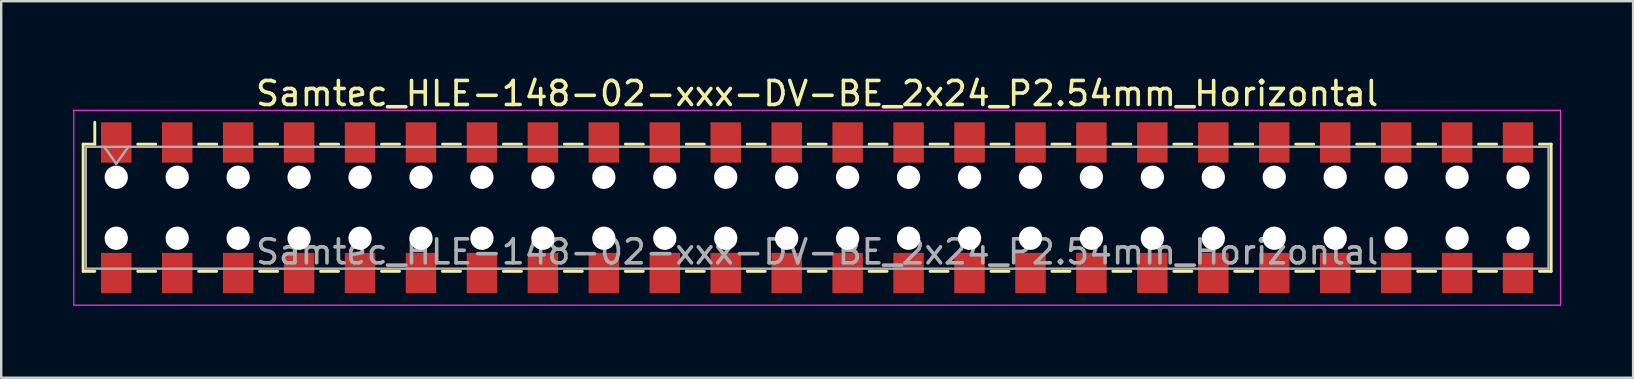
<source format=kicad_pcb>
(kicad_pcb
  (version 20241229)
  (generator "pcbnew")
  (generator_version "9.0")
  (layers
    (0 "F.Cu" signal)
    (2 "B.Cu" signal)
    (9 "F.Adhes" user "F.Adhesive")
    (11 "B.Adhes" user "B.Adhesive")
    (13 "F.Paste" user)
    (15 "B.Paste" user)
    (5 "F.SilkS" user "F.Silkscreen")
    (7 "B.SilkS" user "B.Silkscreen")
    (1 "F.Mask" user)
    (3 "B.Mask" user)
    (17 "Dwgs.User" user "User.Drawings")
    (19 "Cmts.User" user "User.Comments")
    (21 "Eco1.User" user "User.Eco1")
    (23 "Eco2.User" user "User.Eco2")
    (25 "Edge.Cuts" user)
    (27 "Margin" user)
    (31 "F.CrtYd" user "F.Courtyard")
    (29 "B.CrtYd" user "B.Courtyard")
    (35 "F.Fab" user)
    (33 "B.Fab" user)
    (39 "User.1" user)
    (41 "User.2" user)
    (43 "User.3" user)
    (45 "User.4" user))
  (footprint "Samtec_HLE-148-02-xxx-DV-BE_2x24_P2.54mm_Horizontal"
    (layer "F.Cu")
    (at 31.005 5.608)
    (property "Reference" "Samtec_HLE-148-02-xxx-DV-BE_2x24_P2.54mm_Horizontal" (at 0 -4.76 0) (layer "F.SilkS") (effects (font (size 1 1) (thickness 0.15))))
    (attr smd)
    (fp_line (start -30.59 -2.65) (end -30.59 2.65) (stroke (width 0.12) (type solid)) (layer "F.SilkS"))
    (fp_line (start -30.59 2.65) (end -30.105 2.65) (stroke (width 0.12) (type solid)) (layer "F.SilkS"))
    (fp_line (start -30.105 -3.56) (end -30.105 -2.65) (stroke (width 0.12) (type solid)) (layer "F.SilkS"))
    (fp_line (start -30.105 -2.65) (end -30.59 -2.65) (stroke (width 0.12) (type solid)) (layer "F.SilkS"))
    (fp_line (start -28.315 -2.65) (end -27.565 -2.65) (stroke (width 0.12) (type solid)) (layer "F.SilkS"))
    (fp_line (start -28.315 2.65) (end -27.565 2.65) (stroke (width 0.12) (type solid)) (layer "F.SilkS"))
    (fp_line (start -25.775 -2.65) (end -25.025 -2.65) (stroke (width 0.12) (type solid)) (layer "F.SilkS"))
    (fp_line (start -25.775 2.65) (end -25.025 2.65) (stroke (width 0.12) (type solid)) (layer "F.SilkS"))
    (fp_line (start -23.235 -2.65) (end -22.485 -2.65) (stroke (width 0.12) (type solid)) (layer "F.SilkS"))
    (fp_line (start -23.235 2.65) (end -22.485 2.65) (stroke (width 0.12) (type solid)) (layer "F.SilkS"))
    (fp_line (start -20.695 -2.65) (end -19.945 -2.65) (stroke (width 0.12) (type solid)) (layer "F.SilkS"))
    (fp_line (start -20.695 2.65) (end -19.945 2.65) (stroke (width 0.12) (type solid)) (layer "F.SilkS"))
    (fp_line (start -18.155 -2.65) (end -17.405 -2.65) (stroke (width 0.12) (type solid)) (layer "F.SilkS"))
    (fp_line (start -18.155 2.65) (end -17.405 2.65) (stroke (width 0.12) (type solid)) (layer "F.SilkS"))
    (fp_line (start -15.615 -2.65) (end -14.865 -2.65) (stroke (width 0.12) (type solid)) (layer "F.SilkS"))
    (fp_line (start -15.615 2.65) (end -14.865 2.65) (stroke (width 0.12) (type solid)) (layer "F.SilkS"))
    (fp_line (start -13.075 -2.65) (end -12.325 -2.65) (stroke (width 0.12) (type solid)) (layer "F.SilkS"))
    (fp_line (start -13.075 2.65) (end -12.325 2.65) (stroke (width 0.12) (type solid)) (layer "F.SilkS"))
    (fp_line (start -10.535 -2.65) (end -9.785 -2.65) (stroke (width 0.12) (type solid)) (layer "F.SilkS"))
    (fp_line (start -10.535 2.65) (end -9.785 2.65) (stroke (width 0.12) (type solid)) (layer "F.SilkS"))
    (fp_line (start -7.995 -2.65) (end -7.245 -2.65) (stroke (width 0.12) (type solid)) (layer "F.SilkS"))
    (fp_line (start -7.995 2.65) (end -7.245 2.65) (stroke (width 0.12) (type solid)) (layer "F.SilkS"))
    (fp_line (start -5.455 -2.65) (end -4.705 -2.65) (stroke (width 0.12) (type solid)) (layer "F.SilkS"))
    (fp_line (start -5.455 2.65) (end -4.705 2.65) (stroke (width 0.12) (type solid)) (layer "F.SilkS"))
    (fp_line (start -2.915 -2.65) (end -2.165 -2.65) (stroke (width 0.12) (type solid)) (layer "F.SilkS"))
    (fp_line (start -2.915 2.65) (end -2.165 2.65) (stroke (width 0.12) (type solid)) (layer "F.SilkS"))
    (fp_line (start -0.375 -2.65) (end 0.375 -2.65) (stroke (width 0.12) (type solid)) (layer "F.SilkS"))
    (fp_line (start -0.375 2.65) (end 0.375 2.65) (stroke (width 0.12) (type solid)) (layer "F.SilkS"))
    (fp_line (start 2.165 -2.65) (end 2.915 -2.65) (stroke (width 0.12) (type solid)) (layer "F.SilkS"))
    (fp_line (start 2.165 2.65) (end 2.915 2.65) (stroke (width 0.12) (type solid)) (layer "F.SilkS"))
    (fp_line (start 4.705 -2.65) (end 5.455 -2.65) (stroke (width 0.12) (type solid)) (layer "F.SilkS"))
    (fp_line (start 4.705 2.65) (end 5.455 2.65) (stroke (width 0.12) (type solid)) (layer "F.SilkS"))
    (fp_line (start 7.245 -2.65) (end 7.995 -2.65) (stroke (width 0.12) (type solid)) (layer "F.SilkS"))
    (fp_line (start 7.245 2.65) (end 7.995 2.65) (stroke (width 0.12) (type solid)) (layer "F.SilkS"))
    (fp_line (start 9.785 -2.65) (end 10.535 -2.65) (stroke (width 0.12) (type solid)) (layer "F.SilkS"))
    (fp_line (start 9.785 2.65) (end 10.535 2.65) (stroke (width 0.12) (type solid)) (layer "F.SilkS"))
    (fp_line (start 12.325 -2.65) (end 13.075 -2.65) (stroke (width 0.12) (type solid)) (layer "F.SilkS"))
    (fp_line (start 12.325 2.65) (end 13.075 2.65) (stroke (width 0.12) (type solid)) (layer "F.SilkS"))
    (fp_line (start 14.865 -2.65) (end 15.615 -2.65) (stroke (width 0.12) (type solid)) (layer "F.SilkS"))
    (fp_line (start 14.865 2.65) (end 15.615 2.65) (stroke (width 0.12) (type solid)) (layer "F.SilkS"))
    (fp_line (start 17.405 -2.65) (end 18.155 -2.65) (stroke (width 0.12) (type solid)) (layer "F.SilkS"))
    (fp_line (start 17.405 2.65) (end 18.155 2.65) (stroke (width 0.12) (type solid)) (layer "F.SilkS"))
    (fp_line (start 19.945 -2.65) (end 20.695 -2.65) (stroke (width 0.12) (type solid)) (layer "F.SilkS"))
    (fp_line (start 19.945 2.65) (end 20.695 2.65) (stroke (width 0.12) (type solid)) (layer "F.SilkS"))
    (fp_line (start 22.485 -2.65) (end 23.235 -2.65) (stroke (width 0.12) (type solid)) (layer "F.SilkS"))
    (fp_line (start 22.485 2.65) (end 23.235 2.65) (stroke (width 0.12) (type solid)) (layer "F.SilkS"))
    (fp_line (start 25.025 -2.65) (end 25.775 -2.65) (stroke (width 0.12) (type solid)) (layer "F.SilkS"))
    (fp_line (start 25.025 2.65) (end 25.775 2.65) (stroke (width 0.12) (type solid)) (layer "F.SilkS"))
    (fp_line (start 27.565 -2.65) (end 28.315 -2.65) (stroke (width 0.12) (type solid)) (layer "F.SilkS"))
    (fp_line (start 27.565 2.65) (end 28.315 2.65) (stroke (width 0.12) (type solid)) (layer "F.SilkS"))
    (fp_line (start 30.105 -2.65) (end 30.59 -2.65) (stroke (width 0.12) (type solid)) (layer "F.SilkS"))
    (fp_line (start 30.59 -2.65) (end 30.59 2.65) (stroke (width 0.12) (type solid)) (layer "F.SilkS"))
    (fp_line (start 30.59 2.65) (end 30.105 2.65) (stroke (width 0.12) (type solid)) (layer "F.SilkS"))
    (fp_line (start -30.98 -4.06) (end 30.98 -4.06) (stroke (width 0.05) (type solid)) (layer "F.CrtYd"))
    (fp_line (start -30.98 4.06) (end -30.98 -4.06) (stroke (width 0.05) (type solid)) (layer "F.CrtYd"))
    (fp_line (start 30.98 -4.06) (end 30.98 4.06) (stroke (width 0.05) (type solid)) (layer "F.CrtYd"))
    (fp_line (start 30.98 4.06) (end -30.98 4.06) (stroke (width 0.05) (type solid)) (layer "F.CrtYd"))
    (fp_line (start -30.48 -2.54) (end 30.48 -2.54) (stroke (width 0.1) (type solid)) (layer "F.Fab"))
    (fp_line (start -30.48 2.54) (end -30.48 -2.54) (stroke (width 0.1) (type solid)) (layer "F.Fab"))
    (fp_line (start -29.71 -2.54) (end -29.21 -1.833) (stroke (width 0.1) (type solid)) (layer "F.Fab"))
    (fp_line (start -29.21 -1.833) (end -28.71 -2.54) (stroke (width 0.1) (type solid)) (layer "F.Fab"))
    (fp_line (start 30.48 -2.54) (end 30.48 2.54) (stroke (width 0.1) (type solid)) (layer "F.Fab"))
    (fp_line (start 30.48 2.54) (end -30.48 2.54) (stroke (width 0.1) (type solid)) (layer "F.Fab"))
    (fp_text user "${REFERENCE}" (at 0 1.84 0) (layer "F.Fab") (effects (font (size 1 1) (thickness 0.15))))
    (pad "" np_thru_hole circle (at -29.21 -1.27) (size 0.97 0.97) (drill 0.97) (layers "*.Cu" "*.Mask"))
    (pad "" np_thru_hole circle (at -29.21 1.27) (size 0.97 0.97) (drill 0.97) (layers "*.Cu" "*.Mask"))
    (pad "" np_thru_hole circle (at -26.67 -1.27) (size 0.97 0.97) (drill 0.97) (layers "*.Cu" "*.Mask"))
    (pad "" np_thru_hole circle (at -26.67 1.27) (size 0.97 0.97) (drill 0.97) (layers "*.Cu" "*.Mask"))
    (pad "" np_thru_hole circle (at -24.13 -1.27) (size 0.97 0.97) (drill 0.97) (layers "*.Cu" "*.Mask"))
    (pad "" np_thru_hole circle (at -24.13 1.27) (size 0.97 0.97) (drill 0.97) (layers "*.Cu" "*.Mask"))
    (pad "" np_thru_hole circle (at -21.59 -1.27) (size 0.97 0.97) (drill 0.97) (layers "*.Cu" "*.Mask"))
    (pad "" np_thru_hole circle (at -21.59 1.27) (size 0.97 0.97) (drill 0.97) (layers "*.Cu" "*.Mask"))
    (pad "" np_thru_hole circle (at -19.05 -1.27) (size 0.97 0.97) (drill 0.97) (layers "*.Cu" "*.Mask"))
    (pad "" np_thru_hole circle (at -19.05 1.27) (size 0.97 0.97) (drill 0.97) (layers "*.Cu" "*.Mask"))
    (pad "" np_thru_hole circle (at -16.51 -1.27) (size 0.97 0.97) (drill 0.97) (layers "*.Cu" "*.Mask"))
    (pad "" np_thru_hole circle (at -16.51 1.27) (size 0.97 0.97) (drill 0.97) (layers "*.Cu" "*.Mask"))
    (pad "" np_thru_hole circle (at -13.97 -1.27) (size 0.97 0.97) (drill 0.97) (layers "*.Cu" "*.Mask"))
    (pad "" np_thru_hole circle (at -13.97 1.27) (size 0.97 0.97) (drill 0.97) (layers "*.Cu" "*.Mask"))
    (pad "" np_thru_hole circle (at -11.43 -1.27) (size 0.97 0.97) (drill 0.97) (layers "*.Cu" "*.Mask"))
    (pad "" np_thru_hole circle (at -11.43 1.27) (size 0.97 0.97) (drill 0.97) (layers "*.Cu" "*.Mask"))
    (pad "" np_thru_hole circle (at -8.89 -1.27) (size 0.97 0.97) (drill 0.97) (layers "*.Cu" "*.Mask"))
    (pad "" np_thru_hole circle (at -8.89 1.27) (size 0.97 0.97) (drill 0.97) (layers "*.Cu" "*.Mask"))
    (pad "" np_thru_hole circle (at -6.35 -1.27) (size 0.97 0.97) (drill 0.97) (layers "*.Cu" "*.Mask"))
    (pad "" np_thru_hole circle (at -6.35 1.27) (size 0.97 0.97) (drill 0.97) (layers "*.Cu" "*.Mask"))
    (pad "" np_thru_hole circle (at -3.81 -1.27) (size 0.97 0.97) (drill 0.97) (layers "*.Cu" "*.Mask"))
    (pad "" np_thru_hole circle (at -3.81 1.27) (size 0.97 0.97) (drill 0.97) (layers "*.Cu" "*.Mask"))
    (pad "" np_thru_hole circle (at -1.27 -1.27) (size 0.97 0.97) (drill 0.97) (layers "*.Cu" "*.Mask"))
    (pad "" np_thru_hole circle (at -1.27 1.27) (size 0.97 0.97) (drill 0.97) (layers "*.Cu" "*.Mask"))
    (pad "" np_thru_hole circle (at 1.27 -1.27) (size 0.97 0.97) (drill 0.97) (layers "*.Cu" "*.Mask"))
    (pad "" np_thru_hole circle (at 1.27 1.27) (size 0.97 0.97) (drill 0.97) (layers "*.Cu" "*.Mask"))
    (pad "" np_thru_hole circle (at 3.81 -1.27) (size 0.97 0.97) (drill 0.97) (layers "*.Cu" "*.Mask"))
    (pad "" np_thru_hole circle (at 3.81 1.27) (size 0.97 0.97) (drill 0.97) (layers "*.Cu" "*.Mask"))
    (pad "" np_thru_hole circle (at 6.35 -1.27) (size 0.97 0.97) (drill 0.97) (layers "*.Cu" "*.Mask"))
    (pad "" np_thru_hole circle (at 6.35 1.27) (size 0.97 0.97) (drill 0.97) (layers "*.Cu" "*.Mask"))
    (pad "" np_thru_hole circle (at 8.89 -1.27) (size 0.97 0.97) (drill 0.97) (layers "*.Cu" "*.Mask"))
    (pad "" np_thru_hole circle (at 8.89 1.27) (size 0.97 0.97) (drill 0.97) (layers "*.Cu" "*.Mask"))
    (pad "" np_thru_hole circle (at 11.43 -1.27) (size 0.97 0.97) (drill 0.97) (layers "*.Cu" "*.Mask"))
    (pad "" np_thru_hole circle (at 11.43 1.27) (size 0.97 0.97) (drill 0.97) (layers "*.Cu" "*.Mask"))
    (pad "" np_thru_hole circle (at 13.97 -1.27) (size 0.97 0.97) (drill 0.97) (layers "*.Cu" "*.Mask"))
    (pad "" np_thru_hole circle (at 13.97 1.27) (size 0.97 0.97) (drill 0.97) (layers "*.Cu" "*.Mask"))
    (pad "" np_thru_hole circle (at 16.51 -1.27) (size 0.97 0.97) (drill 0.97) (layers "*.Cu" "*.Mask"))
    (pad "" np_thru_hole circle (at 16.51 1.27) (size 0.97 0.97) (drill 0.97) (layers "*.Cu" "*.Mask"))
    (pad "" np_thru_hole circle (at 19.05 -1.27) (size 0.97 0.97) (drill 0.97) (layers "*.Cu" "*.Mask"))
    (pad "" np_thru_hole circle (at 19.05 1.27) (size 0.97 0.97) (drill 0.97) (layers "*.Cu" "*.Mask"))
    (pad "" np_thru_hole circle (at 21.59 -1.27) (size 0.97 0.97) (drill 0.97) (layers "*.Cu" "*.Mask"))
    (pad "" np_thru_hole circle (at 21.59 1.27) (size 0.97 0.97) (drill 0.97) (layers "*.Cu" "*.Mask"))
    (pad "" np_thru_hole circle (at 24.13 -1.27) (size 0.97 0.97) (drill 0.97) (layers "*.Cu" "*.Mask"))
    (pad "" np_thru_hole circle (at 24.13 1.27) (size 0.97 0.97) (drill 0.97) (layers "*.Cu" "*.Mask"))
    (pad "" np_thru_hole circle (at 26.67 -1.27) (size 0.97 0.97) (drill 0.97) (layers "*.Cu" "*.Mask"))
    (pad "" np_thru_hole circle (at 26.67 1.27) (size 0.97 0.97) (drill 0.97) (layers "*.Cu" "*.Mask"))
    (pad "" np_thru_hole circle (at 29.21 -1.27) (size 0.97 0.97) (drill 0.97) (layers "*.Cu" "*.Mask"))
    (pad "" np_thru_hole circle (at 29.21 1.27) (size 0.97 0.97) (drill 0.97) (layers "*.Cu" "*.Mask"))
    (pad "1" smd rect (at -29.21 -2.72) (size 1.27 1.68) (layers "F.Cu" "F.Mask" "F.Paste"))
    (pad "2" smd rect (at -29.21 2.72) (size 1.27 1.68) (layers "F.Cu" "F.Mask" "F.Paste"))
    (pad "3" smd rect (at -26.67 -2.72) (size 1.27 1.68) (layers "F.Cu" "F.Mask" "F.Paste"))
    (pad "4" smd rect (at -26.67 2.72) (size 1.27 1.68) (layers "F.Cu" "F.Mask" "F.Paste"))
    (pad "5" smd rect (at -24.13 -2.72) (size 1.27 1.68) (layers "F.Cu" "F.Mask" "F.Paste"))
    (pad "6" smd rect (at -24.13 2.72) (size 1.27 1.68) (layers "F.Cu" "F.Mask" "F.Paste"))
    (pad "7" smd rect (at -21.59 -2.72) (size 1.27 1.68) (layers "F.Cu" "F.Mask" "F.Paste"))
    (pad "8" smd rect (at -21.59 2.72) (size 1.27 1.68) (layers "F.Cu" "F.Mask" "F.Paste"))
    (pad "9" smd rect (at -19.05 -2.72) (size 1.27 1.68) (layers "F.Cu" "F.Mask" "F.Paste"))
    (pad "10" smd rect (at -19.05 2.72) (size 1.27 1.68) (layers "F.Cu" "F.Mask" "F.Paste"))
    (pad "11" smd rect (at -16.51 -2.72) (size 1.27 1.68) (layers "F.Cu" "F.Mask" "F.Paste"))
    (pad "12" smd rect (at -16.51 2.72) (size 1.27 1.68) (layers "F.Cu" "F.Mask" "F.Paste"))
    (pad "13" smd rect (at -13.97 -2.72) (size 1.27 1.68) (layers "F.Cu" "F.Mask" "F.Paste"))
    (pad "14" smd rect (at -13.97 2.72) (size 1.27 1.68) (layers "F.Cu" "F.Mask" "F.Paste"))
    (pad "15" smd rect (at -11.43 -2.72) (size 1.27 1.68) (layers "F.Cu" "F.Mask" "F.Paste"))
    (pad "16" smd rect (at -11.43 2.72) (size 1.27 1.68) (layers "F.Cu" "F.Mask" "F.Paste"))
    (pad "17" smd rect (at -8.89 -2.72) (size 1.27 1.68) (layers "F.Cu" "F.Mask" "F.Paste"))
    (pad "18" smd rect (at -8.89 2.72) (size 1.27 1.68) (layers "F.Cu" "F.Mask" "F.Paste"))
    (pad "19" smd rect (at -6.35 -2.72) (size 1.27 1.68) (layers "F.Cu" "F.Mask" "F.Paste"))
    (pad "20" smd rect (at -6.35 2.72) (size 1.27 1.68) (layers "F.Cu" "F.Mask" "F.Paste"))
    (pad "21" smd rect (at -3.81 -2.72) (size 1.27 1.68) (layers "F.Cu" "F.Mask" "F.Paste"))
    (pad "22" smd rect (at -3.81 2.72) (size 1.27 1.68) (layers "F.Cu" "F.Mask" "F.Paste"))
    (pad "23" smd rect (at -1.27 -2.72) (size 1.27 1.68) (layers "F.Cu" "F.Mask" "F.Paste"))
    (pad "24" smd rect (at -1.27 2.72) (size 1.27 1.68) (layers "F.Cu" "F.Mask" "F.Paste"))
    (pad "25" smd rect (at 1.27 -2.72) (size 1.27 1.68) (layers "F.Cu" "F.Mask" "F.Paste"))
    (pad "26" smd rect (at 1.27 2.72) (size 1.27 1.68) (layers "F.Cu" "F.Mask" "F.Paste"))
    (pad "27" smd rect (at 3.81 -2.72) (size 1.27 1.68) (layers "F.Cu" "F.Mask" "F.Paste"))
    (pad "28" smd rect (at 3.81 2.72) (size 1.27 1.68) (layers "F.Cu" "F.Mask" "F.Paste"))
    (pad "29" smd rect (at 6.35 -2.72) (size 1.27 1.68) (layers "F.Cu" "F.Mask" "F.Paste"))
    (pad "30" smd rect (at 6.35 2.72) (size 1.27 1.68) (layers "F.Cu" "F.Mask" "F.Paste"))
    (pad "31" smd rect (at 8.89 -2.72) (size 1.27 1.68) (layers "F.Cu" "F.Mask" "F.Paste"))
    (pad "32" smd rect (at 8.89 2.72) (size 1.27 1.68) (layers "F.Cu" "F.Mask" "F.Paste"))
    (pad "33" smd rect (at 11.43 -2.72) (size 1.27 1.68) (layers "F.Cu" "F.Mask" "F.Paste"))
    (pad "34" smd rect (at 11.43 2.72) (size 1.27 1.68) (layers "F.Cu" "F.Mask" "F.Paste"))
    (pad "35" smd rect (at 13.97 -2.72) (size 1.27 1.68) (layers "F.Cu" "F.Mask" "F.Paste"))
    (pad "36" smd rect (at 13.97 2.72) (size 1.27 1.68) (layers "F.Cu" "F.Mask" "F.Paste"))
    (pad "37" smd rect (at 16.51 -2.72) (size 1.27 1.68) (layers "F.Cu" "F.Mask" "F.Paste"))
    (pad "38" smd rect (at 16.51 2.72) (size 1.27 1.68) (layers "F.Cu" "F.Mask" "F.Paste"))
    (pad "39" smd rect (at 19.05 -2.72) (size 1.27 1.68) (layers "F.Cu" "F.Mask" "F.Paste"))
    (pad "40" smd rect (at 19.05 2.72) (size 1.27 1.68) (layers "F.Cu" "F.Mask" "F.Paste"))
    (pad "41" smd rect (at 21.59 -2.72) (size 1.27 1.68) (layers "F.Cu" "F.Mask" "F.Paste"))
    (pad "42" smd rect (at 21.59 2.72) (size 1.27 1.68) (layers "F.Cu" "F.Mask" "F.Paste"))
    (pad "43" smd rect (at 24.13 -2.72) (size 1.27 1.68) (layers "F.Cu" "F.Mask" "F.Paste"))
    (pad "44" smd rect (at 24.13 2.72) (size 1.27 1.68) (layers "F.Cu" "F.Mask" "F.Paste"))
    (pad "45" smd rect (at 26.67 -2.72) (size 1.27 1.68) (layers "F.Cu" "F.Mask" "F.Paste"))
    (pad "46" smd rect (at 26.67 2.72) (size 1.27 1.68) (layers "F.Cu" "F.Mask" "F.Paste"))
    (pad "47" smd rect (at 29.21 -2.72) (size 1.27 1.68) (layers "F.Cu" "F.Mask" "F.Paste"))
    (pad "48" smd rect (at 29.21 2.72) (size 1.27 1.68) (layers "F.Cu" "F.Mask" "F.Paste")))
  (gr_rect
    (start -3 -3)
    (end 65.01 12.693)
    (stroke (width 0.1) (type default))
    (fill no)
    (layer "Edge.Cuts")))
</source>
